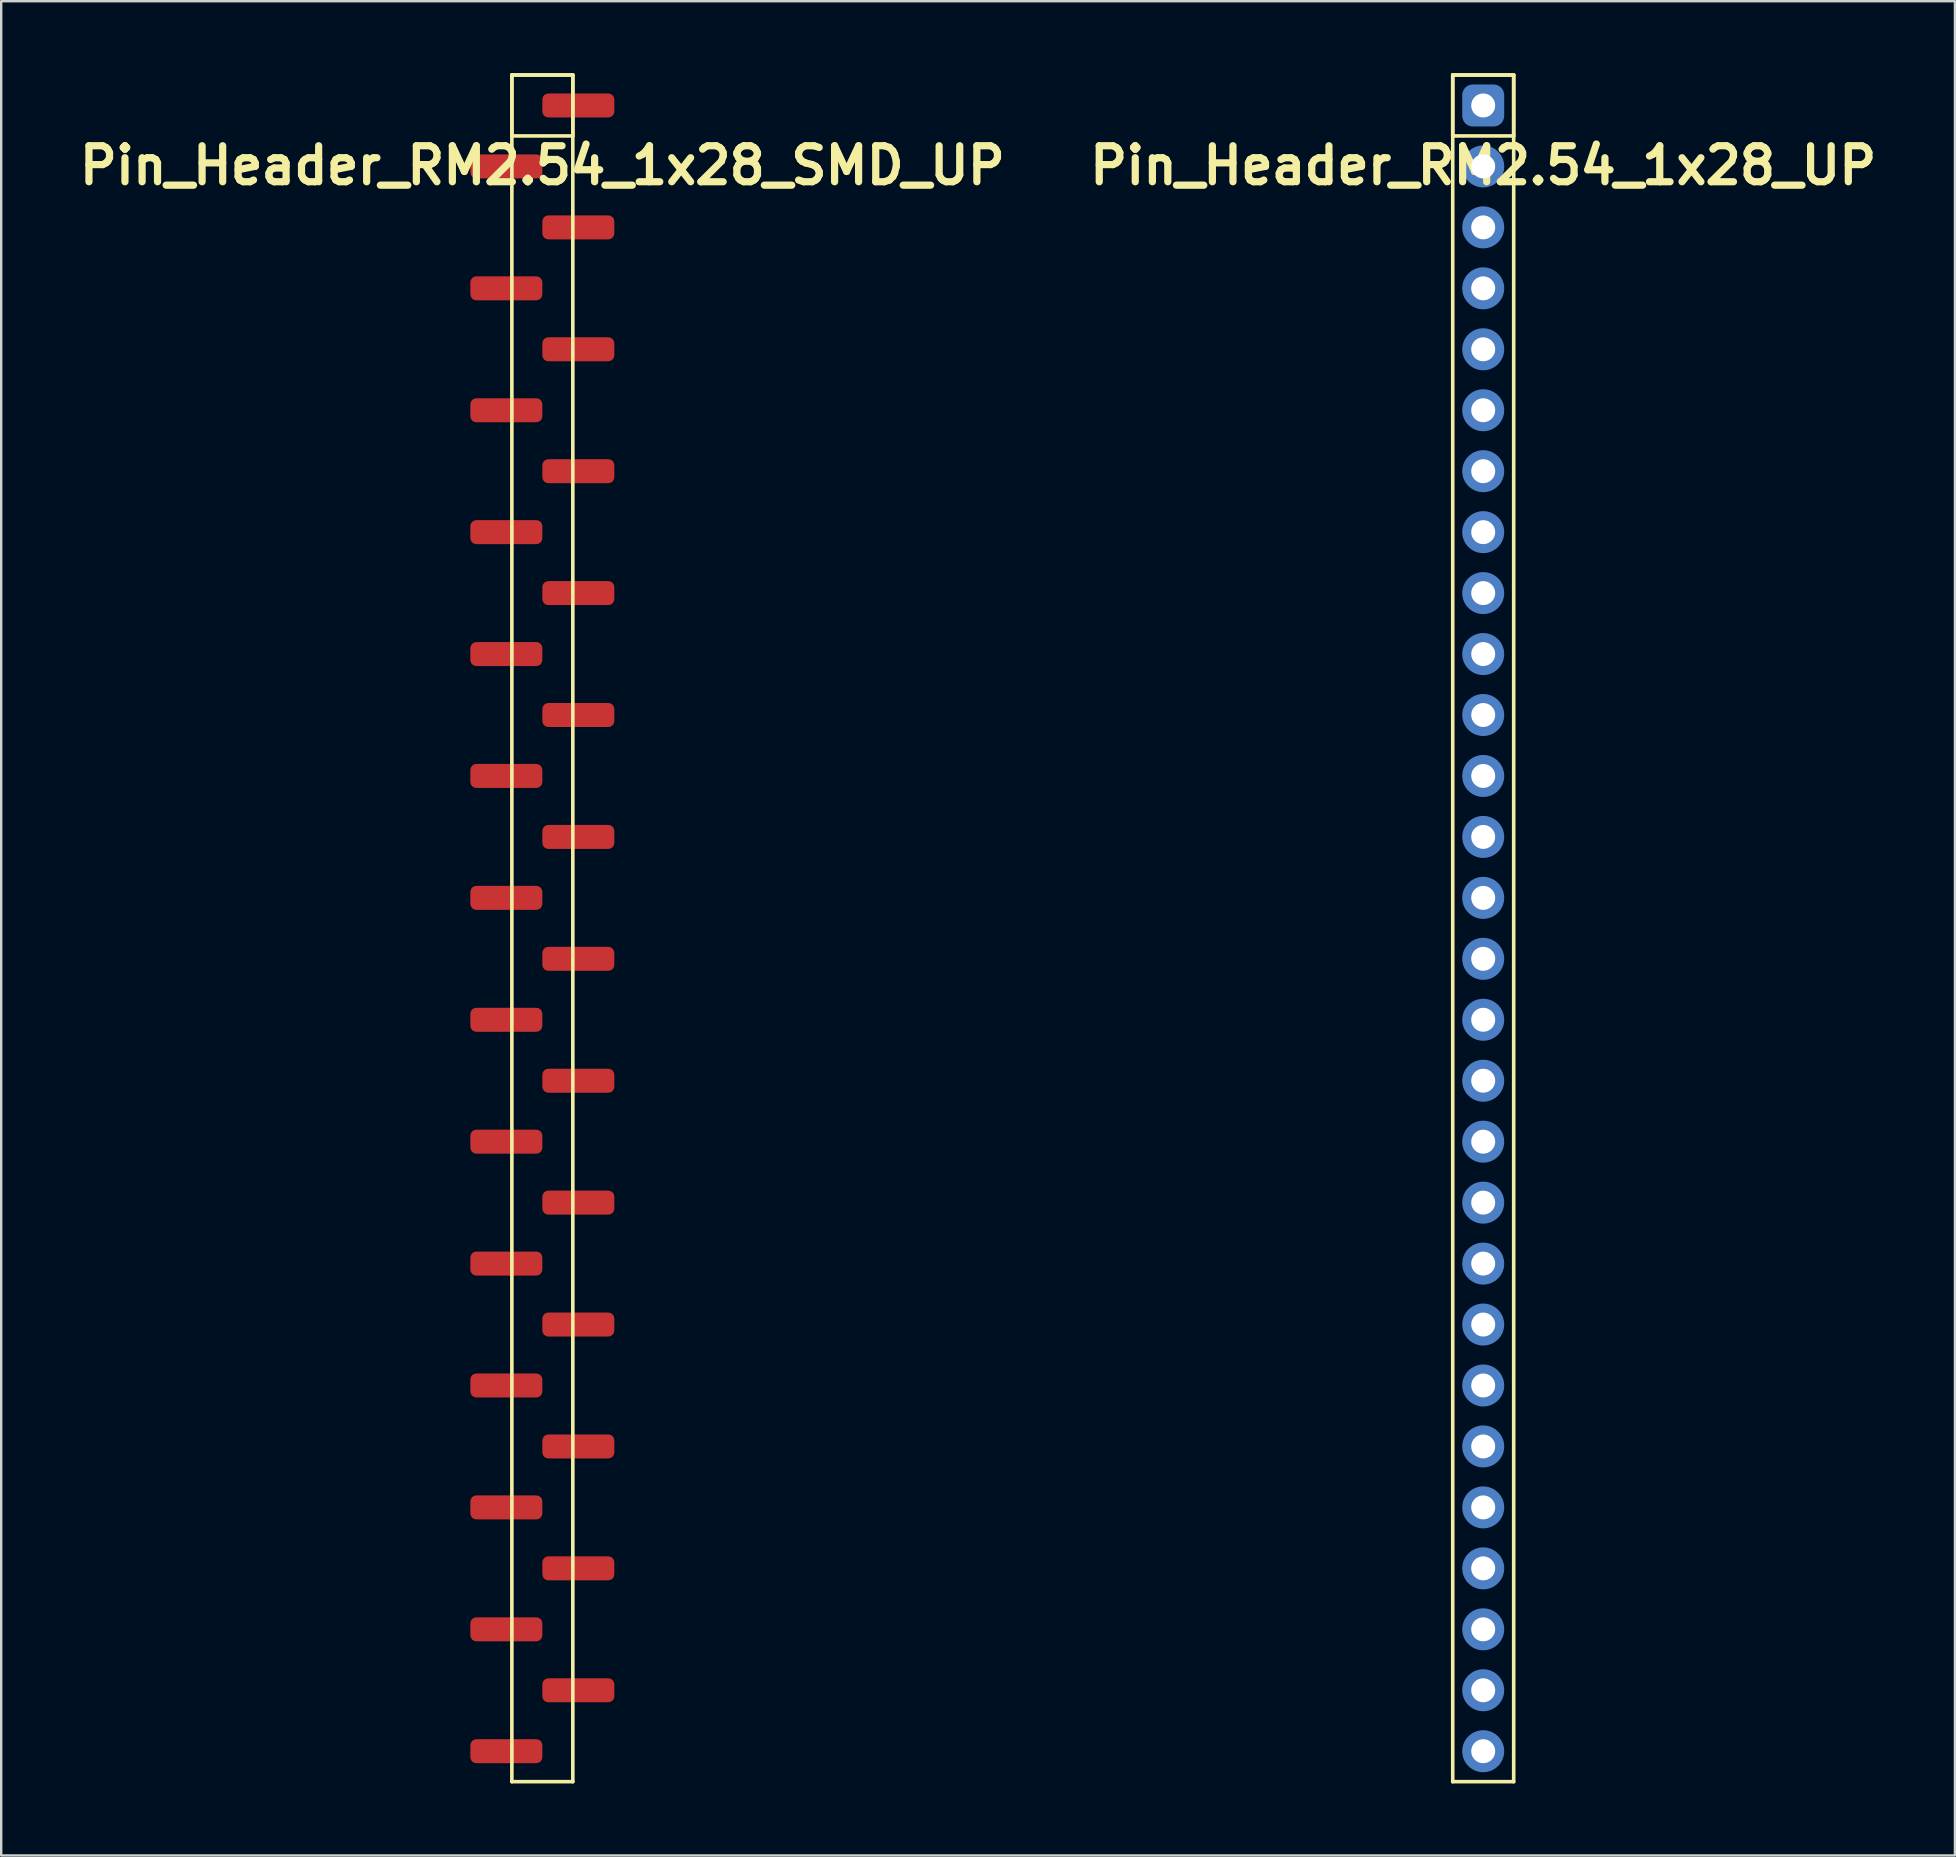
<source format=kicad_pcb>
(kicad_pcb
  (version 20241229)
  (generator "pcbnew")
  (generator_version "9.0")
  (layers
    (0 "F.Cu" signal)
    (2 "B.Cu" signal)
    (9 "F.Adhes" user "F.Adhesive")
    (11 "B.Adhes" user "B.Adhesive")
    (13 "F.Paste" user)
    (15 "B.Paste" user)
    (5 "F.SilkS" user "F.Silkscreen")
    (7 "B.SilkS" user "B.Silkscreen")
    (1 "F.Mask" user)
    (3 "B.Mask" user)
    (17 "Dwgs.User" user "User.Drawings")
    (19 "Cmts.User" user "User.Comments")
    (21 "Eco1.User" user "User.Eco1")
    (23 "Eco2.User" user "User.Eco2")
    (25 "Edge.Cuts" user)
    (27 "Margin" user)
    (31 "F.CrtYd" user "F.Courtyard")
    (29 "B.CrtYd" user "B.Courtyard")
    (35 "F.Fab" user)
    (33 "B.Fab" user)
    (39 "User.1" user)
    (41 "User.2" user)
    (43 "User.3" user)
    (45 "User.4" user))
  (footprint "Pin_Header_RM2.54_1x28_SMD_UP"
    (layer "F.Cu")
    (at 19.55 1.345)
    (property "Reference" "Pin_Header_RM2.54_1x28_SMD_UP" (at 0 2.5 0) (layer "F.SilkS") (effects (font (size 1.5 1.5) (thickness 0.3))))
    (attr through_hole)
    (fp_line (start -1.27 -1.27) (end 1.27 -1.27) (stroke (width 0.15) (type solid)) (layer "F.SilkS"))
    (fp_line (start -1.27 -1.27) (end 1.27 -1.27) (stroke (width 0.15) (type solid)) (layer "F.SilkS"))
    (fp_line (start -1.27 1.27) (end -1.27 -1.27) (stroke (width 0.15) (type solid)) (layer "F.SilkS"))
    (fp_line (start -1.27 69.85) (end -1.27 -1.27) (stroke (width 0.15) (type solid)) (layer "F.SilkS"))
    (fp_line (start 1.27 -1.27) (end 1.27 1.27) (stroke (width 0.15) (type solid)) (layer "F.SilkS"))
    (fp_line (start 1.27 -1.27) (end 1.27 69.85) (stroke (width 0.15) (type solid)) (layer "F.SilkS"))
    (fp_line (start 1.27 1.27) (end -1.27 1.27) (stroke (width 0.15) (type solid)) (layer "F.SilkS"))
    (fp_line (start 1.27 69.85) (end -1.27 69.85) (stroke (width 0.15) (type solid)) (layer "F.SilkS"))
    (pad "1" smd roundrect (at 1.5 0) (size 3 1) (layers "F.Cu" "F.Mask") (roundrect_rratio 0.25))
    (pad "2" smd roundrect (at -1.5 2.54) (size 3 1) (layers "F.Cu" "F.Mask") (roundrect_rratio 0.25))
    (pad "3" smd roundrect (at 1.5 5.08) (size 3 1) (layers "F.Cu" "F.Mask") (roundrect_rratio 0.25))
    (pad "4" smd roundrect (at -1.5 7.62) (size 3 1) (layers "F.Cu" "F.Mask") (roundrect_rratio 0.25))
    (pad "5" smd roundrect (at 1.5 10.16) (size 3 1) (layers "F.Cu" "F.Mask") (roundrect_rratio 0.25))
    (pad "6" smd roundrect (at -1.5 12.7) (size 3 1) (layers "F.Cu" "F.Mask") (roundrect_rratio 0.25))
    (pad "7" smd roundrect (at 1.5 15.24) (size 3 1) (layers "F.Cu" "F.Mask") (roundrect_rratio 0.25))
    (pad "8" smd roundrect (at -1.5 17.78) (size 3 1) (layers "F.Cu" "F.Mask") (roundrect_rratio 0.25))
    (pad "9" smd roundrect (at 1.5 20.32) (size 3 1) (layers "F.Cu" "F.Mask") (roundrect_rratio 0.25))
    (pad "10" smd roundrect (at -1.5 22.86) (size 3 1) (layers "F.Cu" "F.Mask") (roundrect_rratio 0.25))
    (pad "11" smd roundrect (at 1.5 25.4) (size 3 1) (layers "F.Cu" "F.Mask") (roundrect_rratio 0.25))
    (pad "12" smd roundrect (at -1.5 27.94) (size 3 1) (layers "F.Cu" "F.Mask") (roundrect_rratio 0.25))
    (pad "13" smd roundrect (at 1.5 30.48) (size 3 1) (layers "F.Cu" "F.Mask") (roundrect_rratio 0.25))
    (pad "14" smd roundrect (at -1.5 33.02) (size 3 1) (layers "F.Cu" "F.Mask") (roundrect_rratio 0.25))
    (pad "15" smd roundrect (at 1.5 35.56) (size 3 1) (layers "F.Cu" "F.Mask") (roundrect_rratio 0.25))
    (pad "16" smd roundrect (at -1.5 38.1) (size 3 1) (layers "F.Cu" "F.Mask") (roundrect_rratio 0.25))
    (pad "17" smd roundrect (at 1.5 40.64) (size 3 1) (layers "F.Cu" "F.Mask") (roundrect_rratio 0.25))
    (pad "18" smd roundrect (at -1.5 43.18) (size 3 1) (layers "F.Cu" "F.Mask") (roundrect_rratio 0.25))
    (pad "19" smd roundrect (at 1.5 45.72) (size 3 1) (layers "F.Cu" "F.Mask") (roundrect_rratio 0.25))
    (pad "20" smd roundrect (at -1.5 48.26) (size 3 1) (layers "F.Cu" "F.Mask") (roundrect_rratio 0.25))
    (pad "21" smd roundrect (at 1.5 50.8) (size 3 1) (layers "F.Cu" "F.Mask") (roundrect_rratio 0.25))
    (pad "22" smd roundrect (at -1.5 53.34) (size 3 1) (layers "F.Cu" "F.Mask") (roundrect_rratio 0.25))
    (pad "23" smd roundrect (at 1.5 55.88) (size 3 1) (layers "F.Cu" "F.Mask") (roundrect_rratio 0.25))
    (pad "24" smd roundrect (at -1.5 58.42) (size 3 1) (layers "F.Cu" "F.Mask") (roundrect_rratio 0.25))
    (pad "25" smd roundrect (at 1.5 60.96) (size 3 1) (layers "F.Cu" "F.Mask") (roundrect_rratio 0.25))
    (pad "26" smd roundrect (at -1.5 63.5) (size 3 1) (layers "F.Cu" "F.Mask") (roundrect_rratio 0.25))
    (pad "27" smd roundrect (at 1.5 66.04) (size 3 1) (layers "F.Cu" "F.Mask") (roundrect_rratio 0.25))
    (pad "28" smd roundrect (at -1.5 68.58) (size 3 1) (layers "F.Cu" "F.Mask") (roundrect_rratio 0.25)))
  (footprint "Pin_Header_RM2.54_1x28_UP"
    (layer "F.Cu")
    (at 58.757 1.345)
    (property "Reference" "Pin_Header_RM2.54_1x28_UP" (at 0 2.5 0) (layer "F.SilkS") (effects (font (size 1.5 1.5) (thickness 0.3))))
    (attr through_hole)
    (fp_line (start -1.27 -1.27) (end 1.27 -1.27) (stroke (width 0.15) (type solid)) (layer "F.SilkS"))
    (fp_line (start -1.27 -1.27) (end 1.27 -1.27) (stroke (width 0.15) (type solid)) (layer "F.SilkS"))
    (fp_line (start -1.27 1.27) (end -1.27 -1.27) (stroke (width 0.15) (type solid)) (layer "F.SilkS"))
    (fp_line (start -1.27 69.85) (end -1.27 -1.27) (stroke (width 0.15) (type solid)) (layer "F.SilkS"))
    (fp_line (start 1.27 -1.27) (end 1.27 1.27) (stroke (width 0.15) (type solid)) (layer "F.SilkS"))
    (fp_line (start 1.27 -1.27) (end 1.27 69.85) (stroke (width 0.15) (type solid)) (layer "F.SilkS"))
    (fp_line (start 1.27 1.27) (end -1.27 1.27) (stroke (width 0.15) (type solid)) (layer "F.SilkS"))
    (fp_line (start 1.27 69.85) (end -1.27 69.85) (stroke (width 0.15) (type solid)) (layer "F.SilkS"))
    (pad "1" thru_hole circle (at 0 0) (size 1.3 1.3) (drill 1) (layers "*.Cu" "*.Mask"))
    (pad "1" smd roundrect (at 0 0) (size 1.5 1.5) (layers "F.Cu" "F.Mask") (roundrect_rratio 0.25))
    (pad "1" smd roundrect (at 0 0) (size 1.75 1.75) (layers "B.Cu" "B.Mask") (roundrect_rratio 0.25))
    (pad "2" thru_hole circle (at 0 2.54) (size 1.3 1.3) (drill 1) (layers "*.Cu" "*.Mask"))
    (pad "2" smd circle (at 0 2.54) (size 1.5 1.5) (layers "F.Cu" "F.Mask"))
    (pad "2" smd circle (at 0 2.54) (size 1.75 1.75) (layers "B.Cu" "B.Mask"))
    (pad "3" thru_hole circle (at 0 5.08) (size 1.3 1.3) (drill 1) (layers "*.Cu" "*.Mask"))
    (pad "3" smd circle (at 0 5.08) (size 1.5 1.5) (layers "F.Cu" "F.Mask"))
    (pad "3" smd circle (at 0 5.08) (size 1.75 1.75) (layers "B.Cu" "B.Mask"))
    (pad "4" thru_hole circle (at 0 7.62) (size 1.3 1.3) (drill 1) (layers "*.Cu" "*.Mask"))
    (pad "4" smd circle (at 0 7.62) (size 1.5 1.5) (layers "F.Cu" "F.Mask"))
    (pad "4" smd circle (at 0 7.62) (size 1.75 1.75) (layers "B.Cu" "B.Mask"))
    (pad "5" thru_hole circle (at 0 10.16) (size 1.3 1.3) (drill 1) (layers "*.Cu" "*.Mask"))
    (pad "5" smd circle (at 0 10.16) (size 1.5 1.5) (layers "F.Cu" "F.Mask"))
    (pad "5" smd circle (at 0 10.16) (size 1.75 1.75) (layers "B.Cu" "B.Mask"))
    (pad "6" thru_hole circle (at 0 12.7) (size 1.3 1.3) (drill 1) (layers "*.Cu" "*.Mask"))
    (pad "6" smd circle (at 0 12.7) (size 1.5 1.5) (layers "F.Cu" "F.Mask"))
    (pad "6" smd circle (at 0 12.7) (size 1.75 1.75) (layers "B.Cu" "B.Mask"))
    (pad "7" thru_hole circle (at 0 15.24) (size 1.3 1.3) (drill 1) (layers "*.Cu" "*.Mask"))
    (pad "7" smd circle (at 0 15.24) (size 1.5 1.5) (layers "F.Cu" "F.Mask"))
    (pad "7" smd circle (at 0 15.24) (size 1.75 1.75) (layers "B.Cu" "B.Mask"))
    (pad "8" thru_hole circle (at 0 17.78) (size 1.3 1.3) (drill 1) (layers "*.Cu" "*.Mask"))
    (pad "8" smd circle (at 0 17.78) (size 1.5 1.5) (layers "F.Cu" "F.Mask"))
    (pad "8" smd circle (at 0 17.78) (size 1.75 1.75) (layers "B.Cu" "B.Mask"))
    (pad "9" thru_hole circle (at 0 20.32) (size 1.3 1.3) (drill 1) (layers "*.Cu" "*.Mask"))
    (pad "9" smd circle (at 0 20.32) (size 1.5 1.5) (layers "F.Cu" "F.Mask"))
    (pad "9" smd circle (at 0 20.32) (size 1.75 1.75) (layers "B.Cu" "B.Mask"))
    (pad "10" thru_hole circle (at 0 22.86) (size 1.3 1.3) (drill 1) (layers "*.Cu" "*.Mask"))
    (pad "10" smd circle (at 0 22.86) (size 1.5 1.5) (layers "F.Cu" "F.Mask"))
    (pad "10" smd circle (at 0 22.86) (size 1.75 1.75) (layers "B.Cu" "B.Mask"))
    (pad "11" thru_hole circle (at 0 25.4) (size 1.3 1.3) (drill 1) (layers "*.Cu" "*.Mask"))
    (pad "11" smd circle (at 0 25.4) (size 1.5 1.5) (layers "F.Cu" "F.Mask"))
    (pad "11" smd circle (at 0 25.4) (size 1.75 1.75) (layers "B.Cu" "B.Mask"))
    (pad "12" thru_hole circle (at 0 27.94) (size 1.3 1.3) (drill 1) (layers "*.Cu" "*.Mask"))
    (pad "12" smd circle (at 0 27.94) (size 1.5 1.5) (layers "F.Cu" "F.Mask"))
    (pad "12" smd circle (at 0 27.94) (size 1.75 1.75) (layers "B.Cu" "B.Mask"))
    (pad "13" thru_hole circle (at 0 30.48) (size 1.3 1.3) (drill 1) (layers "*.Cu" "*.Mask"))
    (pad "13" smd circle (at 0 30.48) (size 1.5 1.5) (layers "F.Cu" "F.Mask"))
    (pad "13" smd circle (at 0 30.48) (size 1.75 1.75) (layers "B.Cu" "B.Mask"))
    (pad "14" thru_hole circle (at 0 33.02) (size 1.3 1.3) (drill 1) (layers "*.Cu" "*.Mask"))
    (pad "14" smd circle (at 0 33.02) (size 1.5 1.5) (layers "F.Cu" "F.Mask"))
    (pad "14" smd circle (at 0 33.02) (size 1.75 1.75) (layers "B.Cu" "B.Mask"))
    (pad "15" thru_hole circle (at 0 35.56) (size 1.3 1.3) (drill 1) (layers "*.Cu" "*.Mask"))
    (pad "15" smd circle (at 0 35.56) (size 1.5 1.5) (layers "F.Cu" "F.Mask"))
    (pad "15" smd circle (at 0 35.56) (size 1.75 1.75) (layers "B.Cu" "B.Mask"))
    (pad "16" thru_hole circle (at 0 38.1) (size 1.3 1.3) (drill 1) (layers "*.Cu" "*.Mask"))
    (pad "16" smd circle (at 0 38.1) (size 1.5 1.5) (layers "F.Cu" "F.Mask"))
    (pad "16" smd circle (at 0 38.1) (size 1.75 1.75) (layers "B.Cu" "B.Mask"))
    (pad "17" thru_hole circle (at 0 40.64) (size 1.3 1.3) (drill 1) (layers "*.Cu" "*.Mask"))
    (pad "17" smd circle (at 0 40.64) (size 1.5 1.5) (layers "F.Cu" "F.Mask"))
    (pad "17" smd circle (at 0 40.64) (size 1.75 1.75) (layers "B.Cu" "B.Mask"))
    (pad "18" thru_hole circle (at 0 43.18) (size 1.3 1.3) (drill 1) (layers "*.Cu" "*.Mask"))
    (pad "18" smd circle (at 0 43.18) (size 1.5 1.5) (layers "F.Cu" "F.Mask"))
    (pad "18" smd circle (at 0 43.18) (size 1.75 1.75) (layers "B.Cu" "B.Mask"))
    (pad "19" thru_hole circle (at 0 45.72) (size 1.3 1.3) (drill 1) (layers "*.Cu" "*.Mask"))
    (pad "19" smd circle (at 0 45.72) (size 1.5 1.5) (layers "F.Cu" "F.Mask"))
    (pad "19" smd circle (at 0 45.72) (size 1.75 1.75) (layers "B.Cu" "B.Mask"))
    (pad "20" thru_hole circle (at 0 48.26) (size 1.3 1.3) (drill 1) (layers "*.Cu" "*.Mask"))
    (pad "20" smd circle (at 0 48.26) (size 1.5 1.5) (layers "F.Cu" "F.Mask"))
    (pad "20" smd circle (at 0 48.26) (size 1.75 1.75) (layers "B.Cu" "B.Mask"))
    (pad "21" thru_hole circle (at 0 50.8) (size 1.3 1.3) (drill 1) (layers "*.Cu" "*.Mask"))
    (pad "21" smd circle (at 0 50.8) (size 1.5 1.5) (layers "F.Cu" "F.Mask"))
    (pad "21" smd circle (at 0 50.8) (size 1.75 1.75) (layers "B.Cu" "B.Mask"))
    (pad "22" thru_hole circle (at 0 53.34) (size 1.3 1.3) (drill 1) (layers "*.Cu" "*.Mask"))
    (pad "22" smd circle (at 0 53.34) (size 1.5 1.5) (layers "F.Cu" "F.Mask"))
    (pad "22" smd circle (at 0 53.34) (size 1.75 1.75) (layers "B.Cu" "B.Mask"))
    (pad "23" thru_hole circle (at 0 55.88) (size 1.3 1.3) (drill 1) (layers "*.Cu" "*.Mask"))
    (pad "23" smd circle (at 0 55.88) (size 1.5 1.5) (layers "F.Cu" "F.Mask"))
    (pad "23" smd circle (at 0 55.88) (size 1.75 1.75) (layers "B.Cu" "B.Mask"))
    (pad "24" thru_hole circle (at 0 58.42) (size 1.3 1.3) (drill 1) (layers "*.Cu" "*.Mask"))
    (pad "24" smd circle (at 0 58.42) (size 1.5 1.5) (layers "F.Cu" "F.Mask"))
    (pad "24" smd circle (at 0 58.42) (size 1.75 1.75) (layers "B.Cu" "B.Mask"))
    (pad "25" thru_hole circle (at 0 60.96) (size 1.3 1.3) (drill 1) (layers "*.Cu" "*.Mask"))
    (pad "25" smd circle (at 0 60.96) (size 1.5 1.5) (layers "F.Cu" "F.Mask"))
    (pad "25" smd circle (at 0 60.96) (size 1.75 1.75) (layers "B.Cu" "B.Mask"))
    (pad "26" thru_hole circle (at 0 63.5) (size 1.3 1.3) (drill 1) (layers "*.Cu" "*.Mask"))
    (pad "26" smd circle (at 0 63.5) (size 1.5 1.5) (layers "F.Cu" "F.Mask"))
    (pad "26" smd circle (at 0 63.5) (size 1.75 1.75) (layers "B.Cu" "B.Mask"))
    (pad "27" thru_hole circle (at 0 66.04) (size 1.3 1.3) (drill 1) (layers "*.Cu" "*.Mask"))
    (pad "27" smd circle (at 0 66.04) (size 1.5 1.5) (layers "F.Cu" "F.Mask"))
    (pad "27" smd circle (at 0 66.04) (size 1.75 1.75) (layers "B.Cu" "B.Mask"))
    (pad "28" thru_hole circle (at 0 68.58) (size 1.3 1.3) (drill 1) (layers "*.Cu" "*.Mask"))
    (pad "28" smd circle (at 0 68.58) (size 1.5 1.5) (layers "F.Cu" "F.Mask"))
    (pad "28" smd circle (at 0 68.58) (size 1.75 1.75) (layers "B.Cu" "B.Mask")))
  (gr_rect
    (start -3 -3)
    (end 78.414 74.27)
    (stroke (width 0.1) (type default))
    (fill no)
    (layer "Edge.Cuts")))
</source>
